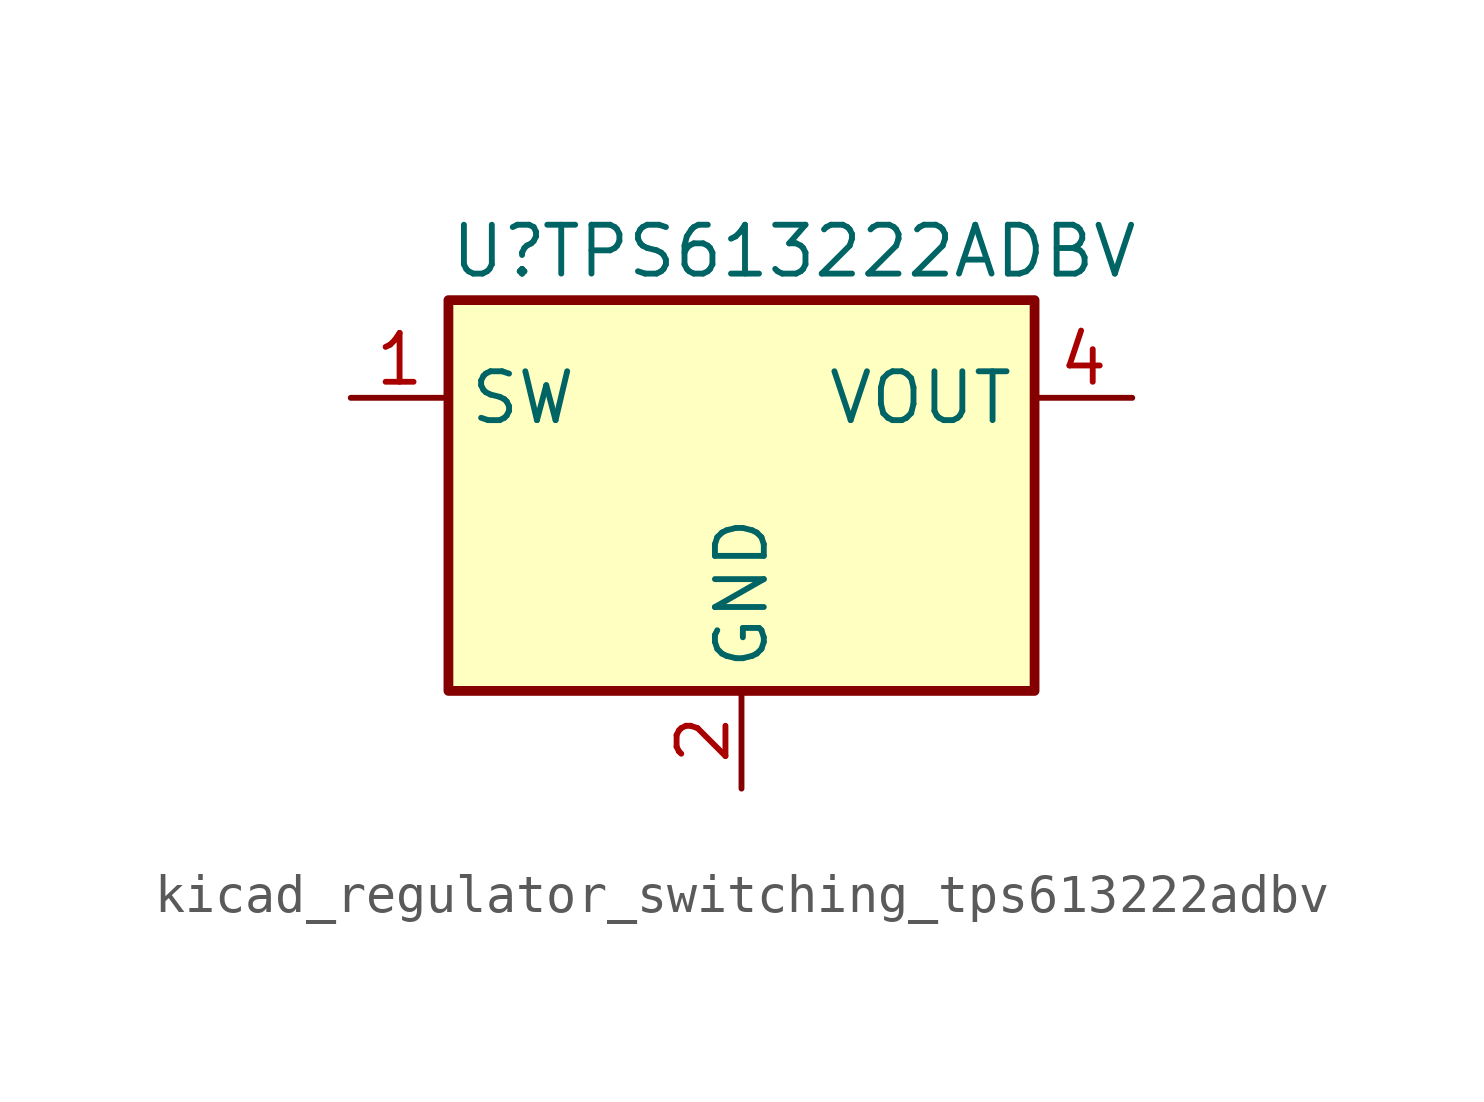
<source format=kicad_sym>
(kicad_symbol_lib
  (version 20220914)
  (generator kicad_symbol_editor)
  (symbol "kicad_regulator_switching_tps613222adbv"
    (property "Reference" "U"
      (at -7.62 6.35 0)
      (effects (font (size 1.27 1.27)) (justify left)))
    (property "Value" "TPS613222ADBV"
      (at 2.54 6.35 0)
      (effects (font (size 1.27 1.27))))
    (symbol "kicad_regulator_switching_tps613222adbv_0_1"
      (rectangle (start -7.62 5.08) (end 7.62 -5.08) (stroke (width 0.254) (type default)) (fill (type background))))
    (symbol "kicad_regulator_switching_tps613222adbv_1_1"
      (pin power_in line (at -10.16 2.54 0) (length 2.54) (name "SW" (effects (font (size 1.27 1.27)))) (number "1" (effects (font (size 1.27 1.27)))))
      (pin power_in line (at 0 -7.62 90) (length 2.54) (name "GND" (effects (font (size 1.27 1.27)))) (number "2" (effects (font (size 1.27 1.27)))))
      (pin no_connect line (at -7.62 -2.54 0) (length 2.54) hide (name "NC" (effects (font (size 1.27 1.27)))) (number "3" (effects (font (size 1.27 1.27)))))
      (pin power_out line (at 10.16 2.54 180) (length 2.54) (name "VOUT" (effects (font (size 1.27 1.27)))) (number "4" (effects (font (size 1.27 1.27)))))
      (pin no_connect line (at 7.62 -2.54 180) (length 2.54) hide (name "NC" (effects (font (size 1.27 1.27)))) (number "5" (effects (font (size 1.27 1.27))))))))
</source>
